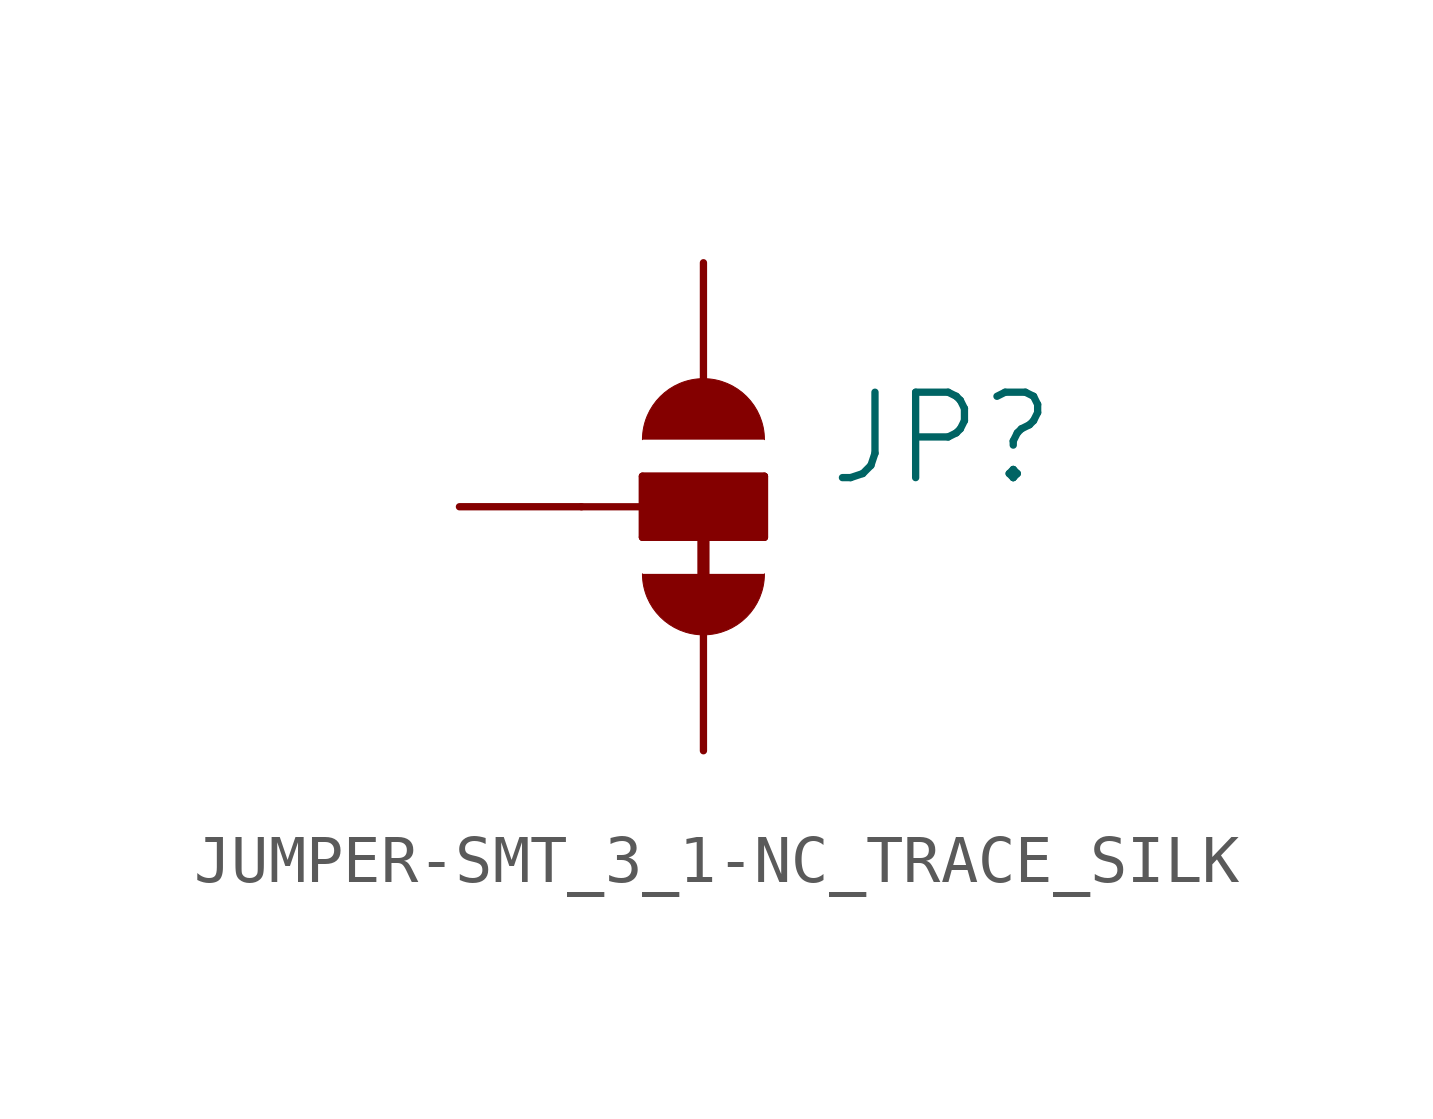
<source format=kicad_sym>
(kicad_symbol_lib
  (version 20241209)
  (generator "kicad_symbol_editor")
  (generator_version "9.0")
  (symbol "JUMPER-SMT_3_1-NC_TRACE_SILK"
    (property "Reference" "JP"
      (at 2.54 0.381 0)
      (effects (font (size 1.778 1.778)) (justify left bottom)))
    (property "Value" ""
      (at 2.54 -0.381 0)
      (effects (font (size 1.778 1.778)) (justify left top)))
    (property "ki_locked" ""
      (at 0 0 0)
      (effects (font (size 1.27 1.27))))
    (symbol "JUMPER-SMT_3_1-NC_TRACE_SILK_1_0"
      (polyline (pts (xy -2.54 0) (xy -1.27 0)) (stroke (width 0.152) (type solid)) (fill (type none)))
      (polyline (pts (xy -1.27 0.635) (xy 1.27 0.635)) (stroke (width 0.152) (type solid)) (fill (type none)))
      (polyline (pts (xy -1.27 0) (xy -1.27 0.635)) (stroke (width 0.152) (type solid)) (fill (type none)))
      (rectangle (start -1.27 -0.635) (end 1.27 0.635) (stroke (width 0) (type default)) (fill (type outline)))
      (polyline (pts (xy -1.27 -0.635) (xy -1.27 0)) (stroke (width 0.152) (type solid)) (fill (type none)))
      (arc (start -1.27 1.397) (mid 0 2.667) (end 1.27 1.397) (stroke (width 0.0001) (type solid)) (fill (type outline)))
      (polyline (pts (xy 0 0) (xy 0 -2.54)) (stroke (width 0.254) (type solid)) (fill (type none)))
      (arc (start 1.27 -1.397) (mid 0 -2.667) (end -1.27 -1.397) (stroke (width 0.0001) (type solid)) (fill (type outline)))
      (polyline (pts (xy 1.27 0.635) (xy 1.27 -0.635)) (stroke (width 0.152) (type solid)) (fill (type none)))
      (polyline (pts (xy 1.27 -0.635) (xy -1.27 -0.635)) (stroke (width 0.152) (type solid)) (fill (type none)))
      (pin passive line (at -5.08 0 0) (length 2.54) (name "2" (effects (font (size 0 0)))) (number "2" (effects (font (size 0 0)))))
      (pin passive line (at 0 5.08 270) (length 2.54) (name "1" (effects (font (size 0 0)))) (number "1" (effects (font (size 0 0)))))
      (pin passive line (at 0 -5.08 90) (length 2.54) (name "3" (effects (font (size 0 0)))) (number "3" (effects (font (size 0 0))))))))
</source>
